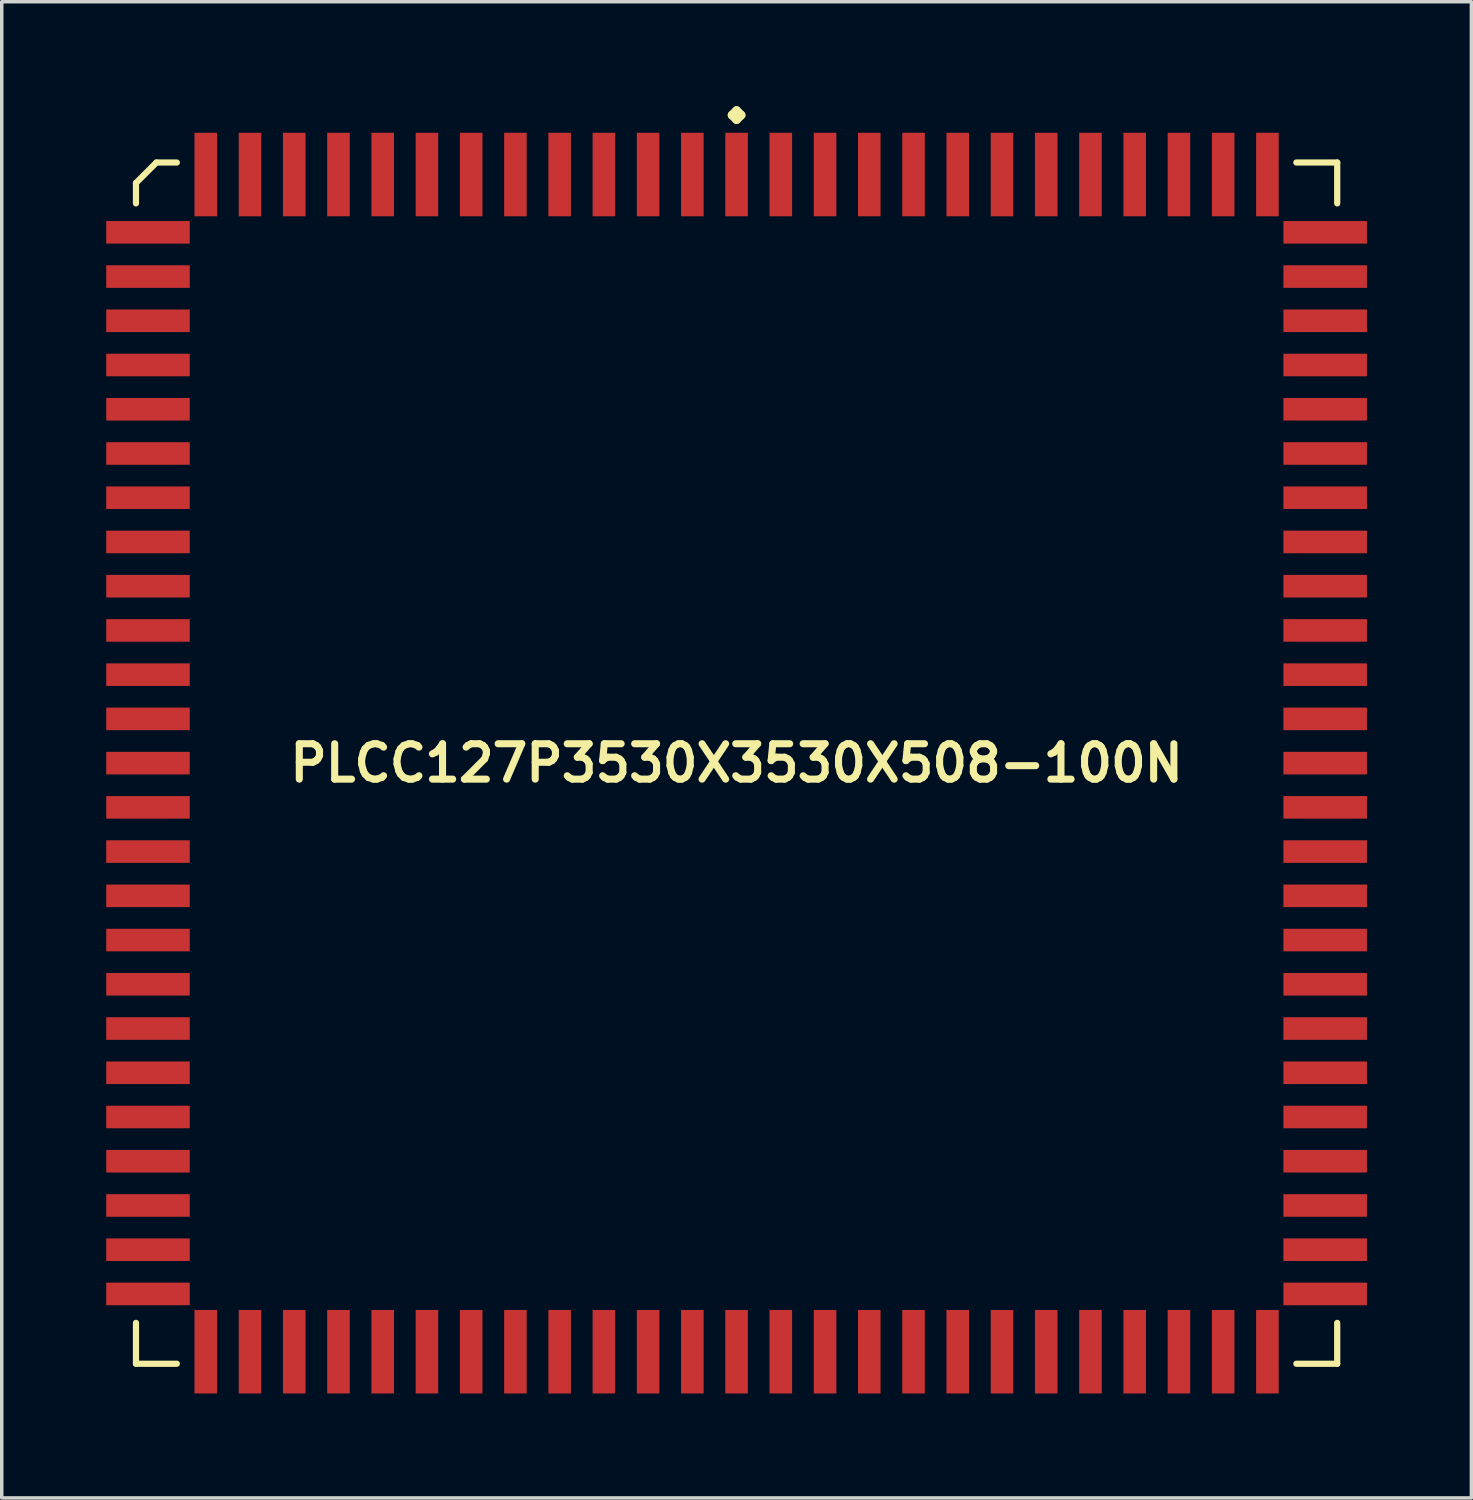
<source format=kicad_pcb>
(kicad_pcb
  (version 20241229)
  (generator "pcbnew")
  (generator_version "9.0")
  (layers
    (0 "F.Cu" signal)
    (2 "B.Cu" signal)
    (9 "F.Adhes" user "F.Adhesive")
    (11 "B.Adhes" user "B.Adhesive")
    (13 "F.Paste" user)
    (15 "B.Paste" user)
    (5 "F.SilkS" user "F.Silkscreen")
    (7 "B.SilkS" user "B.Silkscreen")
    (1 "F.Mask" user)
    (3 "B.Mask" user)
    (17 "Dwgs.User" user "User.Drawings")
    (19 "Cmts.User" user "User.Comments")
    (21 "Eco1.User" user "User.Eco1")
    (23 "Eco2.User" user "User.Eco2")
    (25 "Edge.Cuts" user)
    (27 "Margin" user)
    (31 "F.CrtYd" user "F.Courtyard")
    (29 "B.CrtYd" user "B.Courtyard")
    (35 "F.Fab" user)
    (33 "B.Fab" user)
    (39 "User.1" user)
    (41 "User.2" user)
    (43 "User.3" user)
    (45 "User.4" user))
  (footprint "PLCC127P3530X3530X508-100N"
    (layer "F.Cu")
    (at 18.098 18.86)
    (property "Reference" "PLCC127P3530X3530X508-100N" (at 0 0 0) (layer "F.SilkS") (effects (font (size 1.016 1.016) (thickness 0.203))))
    (attr smd)
    (fp_line (start -17.244 -16.657) (end -16.657 -17.244) (stroke (width 0.178) (type solid)) (layer "F.SilkS"))
    (fp_line (start -17.244 -16.071) (end -17.244 -16.657) (stroke (width 0.178) (type solid)) (layer "F.SilkS"))
    (fp_line (start -17.244 16.071) (end -17.244 17.244) (stroke (width 0.178) (type solid)) (layer "F.SilkS"))
    (fp_line (start -17.244 17.244) (end -16.071 17.244) (stroke (width 0.178) (type solid)) (layer "F.SilkS"))
    (fp_line (start -16.657 -17.244) (end -16.071 -17.244) (stroke (width 0.178) (type solid)) (layer "F.SilkS"))
    (fp_line (start -0.127 -18.605) (end 0 -18.733) (stroke (width 0.254) (type solid)) (layer "F.SilkS"))
    (fp_line (start 0 -18.733) (end 0.127 -18.605) (stroke (width 0.254) (type solid)) (layer "F.SilkS"))
    (fp_line (start 0 -18.479) (end -0.127 -18.605) (stroke (width 0.254) (type solid)) (layer "F.SilkS"))
    (fp_line (start 0.127 -18.605) (end 0 -18.479) (stroke (width 0.254) (type solid)) (layer "F.SilkS"))
    (fp_line (start 17.244 -17.244) (end 16.071 -17.244) (stroke (width 0.178) (type solid)) (layer "F.SilkS"))
    (fp_line (start 17.244 -16.071) (end 17.244 -17.244) (stroke (width 0.178) (type solid)) (layer "F.SilkS"))
    (fp_line (start 17.244 16.071) (end 17.244 17.244) (stroke (width 0.178) (type solid)) (layer "F.SilkS"))
    (fp_line (start 17.244 17.244) (end 16.071 17.244) (stroke (width 0.178) (type solid)) (layer "F.SilkS"))
    (pad "1" smd rect (at 0 -16.899) (size 0.648 2.398) (layers "F.Cu" "F.Mask" "F.Paste"))
    (pad "2" smd rect (at -1.27 -16.899) (size 0.648 2.398) (layers "F.Cu" "F.Mask" "F.Paste"))
    (pad "3" smd rect (at -2.54 -16.899) (size 0.648 2.398) (layers "F.Cu" "F.Mask" "F.Paste"))
    (pad "4" smd rect (at -3.81 -16.899) (size 0.648 2.398) (layers "F.Cu" "F.Mask" "F.Paste"))
    (pad "5" smd rect (at -5.08 -16.899) (size 0.648 2.398) (layers "F.Cu" "F.Mask" "F.Paste"))
    (pad "6" smd rect (at -6.35 -16.899) (size 0.648 2.398) (layers "F.Cu" "F.Mask" "F.Paste"))
    (pad "7" smd rect (at -7.62 -16.899) (size 0.648 2.398) (layers "F.Cu" "F.Mask" "F.Paste"))
    (pad "8" smd rect (at -8.89 -16.899) (size 0.648 2.398) (layers "F.Cu" "F.Mask" "F.Paste"))
    (pad "9" smd rect (at -10.16 -16.899) (size 0.648 2.398) (layers "F.Cu" "F.Mask" "F.Paste"))
    (pad "10" smd rect (at -11.43 -16.899) (size 0.648 2.398) (layers "F.Cu" "F.Mask" "F.Paste"))
    (pad "11" smd rect (at -12.7 -16.899) (size 0.648 2.398) (layers "F.Cu" "F.Mask" "F.Paste"))
    (pad "12" smd rect (at -13.97 -16.899) (size 0.648 2.398) (layers "F.Cu" "F.Mask" "F.Paste"))
    (pad "13" smd rect (at -15.24 -16.899) (size 0.648 2.398) (layers "F.Cu" "F.Mask" "F.Paste"))
    (pad "14" smd rect (at -16.899 -15.24) (size 2.398 0.648) (layers "F.Cu" "F.Mask" "F.Paste"))
    (pad "15" smd rect (at -16.899 -13.97) (size 2.398 0.648) (layers "F.Cu" "F.Mask" "F.Paste"))
    (pad "16" smd rect (at -16.899 -12.7) (size 2.398 0.648) (layers "F.Cu" "F.Mask" "F.Paste"))
    (pad "17" smd rect (at -16.899 -11.43) (size 2.398 0.648) (layers "F.Cu" "F.Mask" "F.Paste"))
    (pad "18" smd rect (at -16.899 -10.16) (size 2.398 0.648) (layers "F.Cu" "F.Mask" "F.Paste"))
    (pad "19" smd rect (at -16.899 -8.89) (size 2.398 0.648) (layers "F.Cu" "F.Mask" "F.Paste"))
    (pad "20" smd rect (at -16.899 -7.62) (size 2.398 0.648) (layers "F.Cu" "F.Mask" "F.Paste"))
    (pad "21" smd rect (at -16.899 -6.35) (size 2.398 0.648) (layers "F.Cu" "F.Mask" "F.Paste"))
    (pad "22" smd rect (at -16.899 -5.08) (size 2.398 0.648) (layers "F.Cu" "F.Mask" "F.Paste"))
    (pad "23" smd rect (at -16.899 -3.81) (size 2.398 0.648) (layers "F.Cu" "F.Mask" "F.Paste"))
    (pad "24" smd rect (at -16.899 -2.54) (size 2.398 0.648) (layers "F.Cu" "F.Mask" "F.Paste"))
    (pad "25" smd rect (at -16.899 -1.27) (size 2.398 0.648) (layers "F.Cu" "F.Mask" "F.Paste"))
    (pad "26" smd rect (at -16.899 0) (size 2.398 0.648) (layers "F.Cu" "F.Mask" "F.Paste"))
    (pad "27" smd rect (at -16.899 1.27) (size 2.398 0.648) (layers "F.Cu" "F.Mask" "F.Paste"))
    (pad "28" smd rect (at -16.899 2.54) (size 2.398 0.648) (layers "F.Cu" "F.Mask" "F.Paste"))
    (pad "29" smd rect (at -16.899 3.81) (size 2.398 0.648) (layers "F.Cu" "F.Mask" "F.Paste"))
    (pad "30" smd rect (at -16.899 5.08) (size 2.398 0.648) (layers "F.Cu" "F.Mask" "F.Paste"))
    (pad "31" smd rect (at -16.899 6.35) (size 2.398 0.648) (layers "F.Cu" "F.Mask" "F.Paste"))
    (pad "32" smd rect (at -16.899 7.62) (size 2.398 0.648) (layers "F.Cu" "F.Mask" "F.Paste"))
    (pad "33" smd rect (at -16.899 8.89) (size 2.398 0.648) (layers "F.Cu" "F.Mask" "F.Paste"))
    (pad "34" smd rect (at -16.899 10.16) (size 2.398 0.648) (layers "F.Cu" "F.Mask" "F.Paste"))
    (pad "35" smd rect (at -16.899 11.43) (size 2.398 0.648) (layers "F.Cu" "F.Mask" "F.Paste"))
    (pad "36" smd rect (at -16.899 12.7) (size 2.398 0.648) (layers "F.Cu" "F.Mask" "F.Paste"))
    (pad "37" smd rect (at -16.899 13.97) (size 2.398 0.648) (layers "F.Cu" "F.Mask" "F.Paste"))
    (pad "38" smd rect (at -16.899 15.24) (size 2.398 0.648) (layers "F.Cu" "F.Mask" "F.Paste"))
    (pad "39" smd rect (at -15.24 16.899) (size 0.648 2.398) (layers "F.Cu" "F.Mask" "F.Paste"))
    (pad "40" smd rect (at -13.97 16.899) (size 0.648 2.398) (layers "F.Cu" "F.Mask" "F.Paste"))
    (pad "41" smd rect (at -12.7 16.899) (size 0.648 2.398) (layers "F.Cu" "F.Mask" "F.Paste"))
    (pad "42" smd rect (at -11.43 16.899) (size 0.648 2.398) (layers "F.Cu" "F.Mask" "F.Paste"))
    (pad "43" smd rect (at -10.16 16.899) (size 0.648 2.398) (layers "F.Cu" "F.Mask" "F.Paste"))
    (pad "44" smd rect (at -8.89 16.899) (size 0.648 2.398) (layers "F.Cu" "F.Mask" "F.Paste"))
    (pad "45" smd rect (at -7.62 16.899) (size 0.648 2.398) (layers "F.Cu" "F.Mask" "F.Paste"))
    (pad "46" smd rect (at -6.35 16.899) (size 0.648 2.398) (layers "F.Cu" "F.Mask" "F.Paste"))
    (pad "47" smd rect (at -5.08 16.899) (size 0.648 2.398) (layers "F.Cu" "F.Mask" "F.Paste"))
    (pad "48" smd rect (at -3.81 16.899) (size 0.648 2.398) (layers "F.Cu" "F.Mask" "F.Paste"))
    (pad "49" smd rect (at -2.54 16.899) (size 0.648 2.398) (layers "F.Cu" "F.Mask" "F.Paste"))
    (pad "50" smd rect (at -1.27 16.899) (size 0.648 2.398) (layers "F.Cu" "F.Mask" "F.Paste"))
    (pad "51" smd rect (at 0 16.899) (size 0.648 2.398) (layers "F.Cu" "F.Mask" "F.Paste"))
    (pad "52" smd rect (at 1.27 16.899) (size 0.648 2.398) (layers "F.Cu" "F.Mask" "F.Paste"))
    (pad "53" smd rect (at 2.54 16.899) (size 0.648 2.398) (layers "F.Cu" "F.Mask" "F.Paste"))
    (pad "54" smd rect (at 3.81 16.899) (size 0.648 2.398) (layers "F.Cu" "F.Mask" "F.Paste"))
    (pad "55" smd rect (at 5.08 16.899) (size 0.648 2.398) (layers "F.Cu" "F.Mask" "F.Paste"))
    (pad "56" smd rect (at 6.35 16.899) (size 0.648 2.398) (layers "F.Cu" "F.Mask" "F.Paste"))
    (pad "57" smd rect (at 7.62 16.899) (size 0.648 2.398) (layers "F.Cu" "F.Mask" "F.Paste"))
    (pad "58" smd rect (at 8.89 16.899) (size 0.648 2.398) (layers "F.Cu" "F.Mask" "F.Paste"))
    (pad "59" smd rect (at 10.16 16.899) (size 0.648 2.398) (layers "F.Cu" "F.Mask" "F.Paste"))
    (pad "60" smd rect (at 11.43 16.899) (size 0.648 2.398) (layers "F.Cu" "F.Mask" "F.Paste"))
    (pad "61" smd rect (at 12.7 16.899) (size 0.648 2.398) (layers "F.Cu" "F.Mask" "F.Paste"))
    (pad "62" smd rect (at 13.97 16.899) (size 0.648 2.398) (layers "F.Cu" "F.Mask" "F.Paste"))
    (pad "63" smd rect (at 15.24 16.899) (size 0.648 2.398) (layers "F.Cu" "F.Mask" "F.Paste"))
    (pad "64" smd rect (at 16.899 15.24) (size 2.398 0.648) (layers "F.Cu" "F.Mask" "F.Paste"))
    (pad "65" smd rect (at 16.899 13.97) (size 2.398 0.648) (layers "F.Cu" "F.Mask" "F.Paste"))
    (pad "66" smd rect (at 16.899 12.7) (size 2.398 0.648) (layers "F.Cu" "F.Mask" "F.Paste"))
    (pad "67" smd rect (at 16.899 11.43) (size 2.398 0.648) (layers "F.Cu" "F.Mask" "F.Paste"))
    (pad "68" smd rect (at 16.899 10.16) (size 2.398 0.648) (layers "F.Cu" "F.Mask" "F.Paste"))
    (pad "69" smd rect (at 16.899 8.89) (size 2.398 0.648) (layers "F.Cu" "F.Mask" "F.Paste"))
    (pad "70" smd rect (at 16.899 7.62) (size 2.398 0.648) (layers "F.Cu" "F.Mask" "F.Paste"))
    (pad "71" smd rect (at 16.899 6.35) (size 2.398 0.648) (layers "F.Cu" "F.Mask" "F.Paste"))
    (pad "72" smd rect (at 16.899 5.08) (size 2.398 0.648) (layers "F.Cu" "F.Mask" "F.Paste"))
    (pad "73" smd rect (at 16.899 3.81) (size 2.398 0.648) (layers "F.Cu" "F.Mask" "F.Paste"))
    (pad "74" smd rect (at 16.899 2.54) (size 2.398 0.648) (layers "F.Cu" "F.Mask" "F.Paste"))
    (pad "75" smd rect (at 16.899 1.27) (size 2.398 0.648) (layers "F.Cu" "F.Mask" "F.Paste"))
    (pad "76" smd rect (at 16.899 0) (size 2.398 0.648) (layers "F.Cu" "F.Mask" "F.Paste"))
    (pad "77" smd rect (at 16.899 -1.27) (size 2.398 0.648) (layers "F.Cu" "F.Mask" "F.Paste"))
    (pad "78" smd rect (at 16.899 -2.54) (size 2.398 0.648) (layers "F.Cu" "F.Mask" "F.Paste"))
    (pad "79" smd rect (at 16.899 -3.81) (size 2.398 0.648) (layers "F.Cu" "F.Mask" "F.Paste"))
    (pad "80" smd rect (at 16.899 -5.08) (size 2.398 0.648) (layers "F.Cu" "F.Mask" "F.Paste"))
    (pad "81" smd rect (at 16.899 -6.35) (size 2.398 0.648) (layers "F.Cu" "F.Mask" "F.Paste"))
    (pad "82" smd rect (at 16.899 -7.62) (size 2.398 0.648) (layers "F.Cu" "F.Mask" "F.Paste"))
    (pad "83" smd rect (at 16.899 -8.89) (size 2.398 0.648) (layers "F.Cu" "F.Mask" "F.Paste"))
    (pad "84" smd rect (at 16.899 -10.16) (size 2.398 0.648) (layers "F.Cu" "F.Mask" "F.Paste"))
    (pad "85" smd rect (at 16.899 -11.43) (size 2.398 0.648) (layers "F.Cu" "F.Mask" "F.Paste"))
    (pad "86" smd rect (at 16.899 -12.7) (size 2.398 0.648) (layers "F.Cu" "F.Mask" "F.Paste"))
    (pad "87" smd rect (at 16.899 -13.97) (size 2.398 0.648) (layers "F.Cu" "F.Mask" "F.Paste"))
    (pad "88" smd rect (at 16.899 -15.24) (size 2.398 0.648) (layers "F.Cu" "F.Mask" "F.Paste"))
    (pad "89" smd rect (at 15.24 -16.899) (size 0.648 2.398) (layers "F.Cu" "F.Mask" "F.Paste"))
    (pad "90" smd rect (at 13.97 -16.899) (size 0.648 2.398) (layers "F.Cu" "F.Mask" "F.Paste"))
    (pad "91" smd rect (at 12.7 -16.899) (size 0.648 2.398) (layers "F.Cu" "F.Mask" "F.Paste"))
    (pad "92" smd rect (at 11.43 -16.899) (size 0.648 2.398) (layers "F.Cu" "F.Mask" "F.Paste"))
    (pad "93" smd rect (at 10.16 -16.899) (size 0.648 2.398) (layers "F.Cu" "F.Mask" "F.Paste"))
    (pad "94" smd rect (at 8.89 -16.899) (size 0.648 2.398) (layers "F.Cu" "F.Mask" "F.Paste"))
    (pad "95" smd rect (at 7.62 -16.899) (size 0.648 2.398) (layers "F.Cu" "F.Mask" "F.Paste"))
    (pad "96" smd rect (at 6.35 -16.899) (size 0.648 2.398) (layers "F.Cu" "F.Mask" "F.Paste"))
    (pad "97" smd rect (at 5.08 -16.899) (size 0.648 2.398) (layers "F.Cu" "F.Mask" "F.Paste"))
    (pad "98" smd rect (at 3.81 -16.899) (size 0.648 2.398) (layers "F.Cu" "F.Mask" "F.Paste"))
    (pad "99" smd rect (at 2.54 -16.899) (size 0.648 2.398) (layers "F.Cu" "F.Mask" "F.Paste"))
    (pad "100" smd rect (at 1.27 -16.899) (size 0.648 2.398) (layers "F.Cu" "F.Mask" "F.Paste")))
  (gr_rect
    (start -3 -3)
    (end 39.195 39.957)
    (stroke (width 0.1) (type default))
    (fill no)
    (layer "Edge.Cuts")))
</source>
